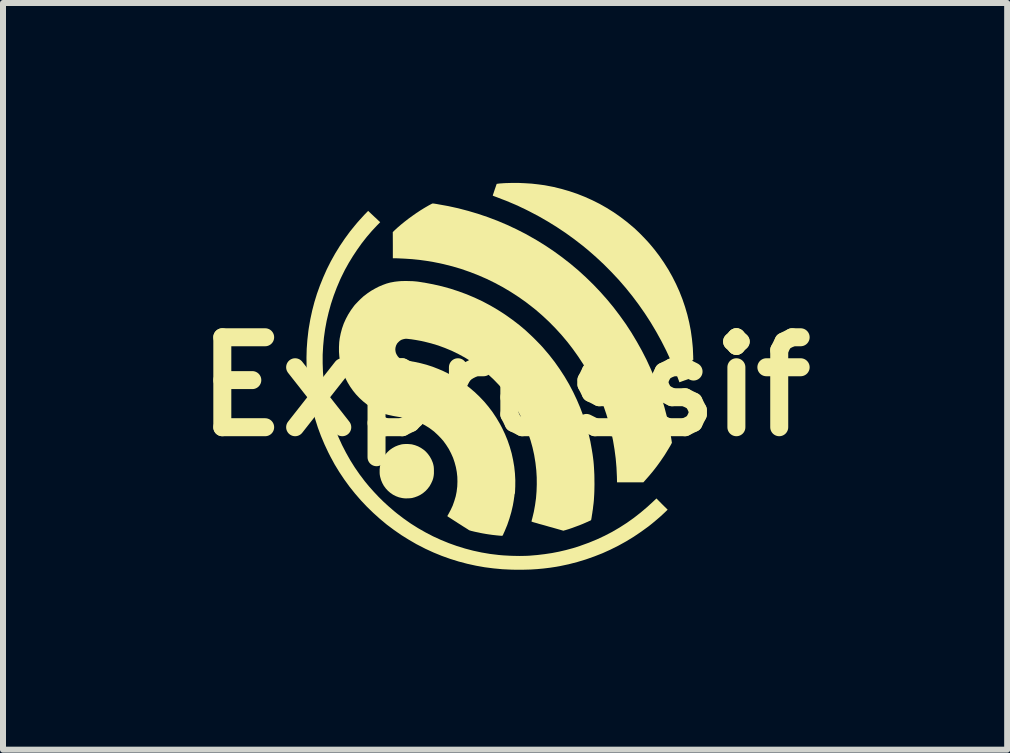
<source format=kicad_pcb>
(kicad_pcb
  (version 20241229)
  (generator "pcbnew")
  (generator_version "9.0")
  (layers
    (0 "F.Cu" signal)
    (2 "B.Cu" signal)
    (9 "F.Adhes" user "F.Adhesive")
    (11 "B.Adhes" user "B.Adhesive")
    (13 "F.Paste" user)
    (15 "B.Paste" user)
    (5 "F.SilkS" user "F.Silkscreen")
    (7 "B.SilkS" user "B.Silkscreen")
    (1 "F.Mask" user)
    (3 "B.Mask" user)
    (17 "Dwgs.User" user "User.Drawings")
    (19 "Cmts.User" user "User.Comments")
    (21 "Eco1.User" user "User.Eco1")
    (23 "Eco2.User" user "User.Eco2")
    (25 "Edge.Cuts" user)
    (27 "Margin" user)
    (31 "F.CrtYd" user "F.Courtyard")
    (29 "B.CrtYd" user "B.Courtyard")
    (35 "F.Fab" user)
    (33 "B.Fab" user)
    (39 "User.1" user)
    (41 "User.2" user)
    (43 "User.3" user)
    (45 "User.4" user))
  (footprint "Expressif"
    (layer "F.Cu")
    (at 5.371 3.395)
    (property "Reference" "Expressif" (at 0 0 0) (layer "F.SilkS") (effects (font (size 1.5 1.5) (thickness 0.3))))
    (attr board_only exclude_from_pos_files exclude_from_bom)
    (fp_poly (pts (xy -1.623 0.958) (xy -1.596 0.96) (xy -1.572 0.962) (xy -1.554 0.964) (xy -1.501 0.978) (xy -1.451 0.997) (xy -1.404 1.022) (xy -1.361 1.051) (xy -1.321 1.085) (xy -1.286 1.124) (xy -1.255 1.167) (xy -1.23 1.211) (xy -1.216 1.243) (xy -1.204 1.273) (xy -1.196 1.302) (xy -1.19 1.331) (xy -1.187 1.362) (xy -1.186 1.398) (xy -1.186 1.411) (xy -1.186 1.449) (xy -1.189 1.481) (xy -1.194 1.511) (xy -1.201 1.54) (xy -1.211 1.569) (xy -1.225 1.599) (xy -1.23 1.611) (xy -1.256 1.658) (xy -1.288 1.701) (xy -1.323 1.739) (xy -1.363 1.773) (xy -1.407 1.803) (xy -1.454 1.827) (xy -1.505 1.846) (xy -1.549 1.858) (xy -1.569 1.861) (xy -1.594 1.863) (xy -1.622 1.864) (xy -1.65 1.865) (xy -1.678 1.864) (xy -1.702 1.861) (xy -1.716 1.859) (xy -1.769 1.847) (xy -1.82 1.828) (xy -1.867 1.804) (xy -1.911 1.774) (xy -1.951 1.74) (xy -1.988 1.7) (xy -2.02 1.657) (xy -2.046 1.61) (xy -2.067 1.56) (xy -2.082 1.507) (xy -2.085 1.493) (xy -2.089 1.469) (xy -2.091 1.442) (xy -2.091 1.412) (xy -2.091 1.382) (xy -2.088 1.353) (xy -2.085 1.328) (xy -2.084 1.323) (xy -2.069 1.27) (xy -2.05 1.22) (xy -2.024 1.174) (xy -1.995 1.131) (xy -1.96 1.092) (xy -1.922 1.057) (xy -1.879 1.027) (xy -1.833 1.001) (xy -1.784 0.981) (xy -1.732 0.966) (xy -1.723 0.964) (xy -1.703 0.961) (xy -1.678 0.959) (xy -1.651 0.958)) (stroke (width 0) (type solid)) (fill yes) (layer "F.SilkS"))
    (fp_poly (pts (xy -1.2 -3.052) (xy -1.19 -3.051) (xy -1.175 -3.049) (xy -1.157 -3.046) (xy -1.136 -3.043) (xy -1.122 -3.04) (xy -0.949 -3.009) (xy -0.78 -2.972) (xy -0.613 -2.928) (xy -0.448 -2.879) (xy -0.286 -2.824) (xy -0.125 -2.763) (xy 0.033 -2.696) (xy 0.189 -2.623) (xy 0.344 -2.544) (xy 0.374 -2.527) (xy 0.524 -2.442) (xy 0.671 -2.351) (xy 0.814 -2.255) (xy 0.953 -2.154) (xy 1.089 -2.048) (xy 1.221 -1.937) (xy 1.348 -1.821) (xy 1.472 -1.7) (xy 1.591 -1.575) (xy 1.706 -1.445) (xy 1.809 -1.32) (xy 1.913 -1.183) (xy 2.013 -1.043) (xy 2.107 -0.899) (xy 2.195 -0.752) (xy 2.279 -0.602) (xy 2.357 -0.45) (xy 2.429 -0.294) (xy 2.495 -0.136) (xy 2.556 0.024) (xy 2.61 0.186) (xy 2.659 0.351) (xy 2.702 0.517) (xy 2.739 0.684) (xy 2.769 0.853) (xy 2.775 0.891) (xy 2.782 0.938) (xy 2.77 0.961) (xy 2.758 0.983) (xy 2.743 1.008) (xy 2.726 1.037) (xy 2.708 1.066) (xy 2.69 1.096) (xy 2.672 1.125) (xy 2.655 1.152) (xy 2.648 1.162) (xy 2.588 1.25) (xy 2.527 1.334) (xy 2.463 1.416) (xy 2.394 1.498) (xy 2.341 1.558) (xy 2.306 1.597) (xy 2.086 1.597) (xy 1.867 1.597) (xy 1.865 1.506) (xy 1.858 1.353) (xy 1.845 1.2) (xy 1.825 1.048) (xy 1.8 0.898) (xy 1.768 0.749) (xy 1.731 0.601) (xy 1.687 0.456) (xy 1.638 0.312) (xy 1.582 0.17) (xy 1.521 0.031) (xy 1.454 -0.106) (xy 1.382 -0.24) (xy 1.304 -0.372) (xy 1.22 -0.5) (xy 1.131 -0.625) (xy 1.041 -0.742) (xy 0.945 -0.856) (xy 0.844 -0.967) (xy 0.738 -1.075) (xy 0.628 -1.178) (xy 0.515 -1.276) (xy 0.469 -1.313) (xy 0.348 -1.407) (xy 0.223 -1.495) (xy 0.095 -1.578) (xy -0.036 -1.656) (xy -0.17 -1.728) (xy -0.307 -1.795) (xy -0.447 -1.856) (xy -0.589 -1.911) (xy -0.732 -1.961) (xy -0.878 -2.004) (xy -1.025 -2.041) (xy -1.083 -2.054) (xy -1.199 -2.077) (xy -1.314 -2.096) (xy -1.43 -2.112) (xy -1.548 -2.124) (xy -1.668 -2.132) (xy -1.793 -2.138) (xy -1.837 -2.139) (xy -1.871 -2.139) (xy -1.871 -2.357) (xy -1.872 -2.575) (xy -1.849 -2.598) (xy -1.795 -2.648) (xy -1.736 -2.699) (xy -1.673 -2.75) (xy -1.607 -2.801) (xy -1.538 -2.851) (xy -1.468 -2.9) (xy -1.462 -2.903) (xy -1.437 -2.92) (xy -1.41 -2.938) (xy -1.382 -2.955) (xy -1.355 -2.972) (xy -1.328 -2.988) (xy -1.302 -3.003) (xy -1.278 -3.017) (xy -1.256 -3.029) (xy -1.237 -3.039) (xy -1.222 -3.047) (xy -1.211 -3.051) (xy -1.205 -3.053)) (stroke (width 0) (type solid)) (fill yes) (layer "F.SilkS"))
    (fp_poly (pts (xy 0.225 -3.395) (xy 0.335 -3.39) (xy 0.445 -3.383) (xy 0.552 -3.371) (xy 0.656 -3.357) (xy 0.673 -3.354) (xy 0.808 -3.328) (xy 0.942 -3.295) (xy 1.073 -3.257) (xy 1.203 -3.213) (xy 1.329 -3.163) (xy 1.454 -3.107) (xy 1.576 -3.046) (xy 1.694 -2.979) (xy 1.811 -2.906) (xy 1.924 -2.827) (xy 2.034 -2.743) (xy 2.14 -2.654) (xy 2.152 -2.644) (xy 2.197 -2.602) (xy 2.245 -2.556) (xy 2.293 -2.507) (xy 2.342 -2.456) (xy 2.39 -2.404) (xy 2.435 -2.352) (xy 2.477 -2.301) (xy 2.488 -2.288) (xy 2.572 -2.178) (xy 2.65 -2.065) (xy 2.723 -1.949) (xy 2.79 -1.83) (xy 2.851 -1.709) (xy 2.907 -1.585) (xy 2.957 -1.458) (xy 3.001 -1.329) (xy 3.039 -1.199) (xy 3.071 -1.066) (xy 3.097 -0.932) (xy 3.116 -0.796) (xy 3.128 -0.677) (xy 3.129 -0.662) (xy 3.131 -0.643) (xy 3.132 -0.622) (xy 3.133 -0.598) (xy 3.134 -0.574) (xy 3.135 -0.549) (xy 3.136 -0.525) (xy 3.137 -0.503) (xy 3.137 -0.483) (xy 3.138 -0.466) (xy 3.138 -0.453) (xy 3.138 -0.445) (xy 3.137 -0.442) (xy 3.134 -0.443) (xy 3.13 -0.444) (xy 3.128 -0.446) (xy 3.126 -0.445) (xy 3.125 -0.442) (xy 3.124 -0.435) (xy 3.123 -0.423) (xy 3.122 -0.409) (xy 3.121 -0.394) (xy 3.12 -0.374) (xy 3.118 -0.351) (xy 3.116 -0.326) (xy 3.114 -0.302) (xy 3.114 -0.296) (xy 3.112 -0.272) (xy 3.11 -0.247) (xy 3.108 -0.223) (xy 3.106 -0.202) (xy 3.105 -0.185) (xy 3.105 -0.182) (xy 3.103 -0.141) (xy 3.036 -0.117) (xy 3.014 -0.109) (xy 2.992 -0.102) (xy 2.971 -0.094) (xy 2.953 -0.088) (xy 2.94 -0.083) (xy 2.938 -0.082) (xy 2.907 -0.071) (xy 2.895 -0.105) (xy 2.831 -0.273) (xy 2.762 -0.438) (xy 2.687 -0.6) (xy 2.606 -0.759) (xy 2.52 -0.915) (xy 2.429 -1.068) (xy 2.332 -1.218) (xy 2.23 -1.364) (xy 2.123 -1.507) (xy 2.011 -1.646) (xy 1.894 -1.781) (xy 1.772 -1.911) (xy 1.646 -2.038) (xy 1.515 -2.16) (xy 1.38 -2.278) (xy 1.296 -2.347) (xy 1.155 -2.456) (xy 1.011 -2.56) (xy 0.864 -2.658) (xy 0.714 -2.751) (xy 0.561 -2.839) (xy 0.403 -2.922) (xy 0.387 -2.93) (xy 0.331 -2.958) (xy 0.278 -2.983) (xy 0.226 -3.008) (xy 0.175 -3.031) (xy 0.123 -3.053) (xy 0.071 -3.075) (xy 0.016 -3.098) (xy -0.042 -3.12) (xy -0.104 -3.144) (xy -0.17 -3.169) (xy -0.191 -3.177) (xy -0.199 -3.18) (xy -0.204 -3.184) (xy -0.205 -3.186) (xy -0.204 -3.189) (xy -0.201 -3.198) (xy -0.197 -3.211) (xy -0.191 -3.227) (xy -0.185 -3.246) (xy -0.178 -3.267) (xy -0.171 -3.288) (xy -0.164 -3.308) (xy -0.157 -3.328) (xy -0.151 -3.346) (xy -0.146 -3.361) (xy -0.142 -3.371) (xy -0.14 -3.378) (xy -0.139 -3.379) (xy -0.135 -3.38) (xy -0.126 -3.381) (xy -0.112 -3.383) (xy -0.095 -3.385) (xy -0.075 -3.387) (xy -0.053 -3.388) (xy -0.031 -3.39) (xy -0.009 -3.391) (xy 0.006 -3.392) (xy 0.115 -3.395)) (stroke (width 0) (type solid)) (fill yes) (layer "F.SilkS"))
    (fp_poly (pts (xy -2.197 -2.848) (xy -2.177 -2.829) (xy -2.157 -2.811) (xy -2.139 -2.794) (xy -2.124 -2.78) (xy -2.111 -2.767) (xy -2.101 -2.758) (xy -2.096 -2.754) (xy -2.082 -2.74) (xy -2.135 -2.686) (xy -2.222 -2.593) (xy -2.306 -2.495) (xy -2.387 -2.392) (xy -2.464 -2.284) (xy -2.537 -2.174) (xy -2.606 -2.061) (xy -2.67 -1.946) (xy -2.728 -1.829) (xy -2.75 -1.782) (xy -2.807 -1.648) (xy -2.858 -1.513) (xy -2.903 -1.376) (xy -2.941 -1.238) (xy -2.974 -1.098) (xy -3 -0.958) (xy -3.02 -0.816) (xy -3.033 -0.674) (xy -3.041 -0.531) (xy -3.041 -0.387) (xy -3.036 -0.243) (xy -3.026 -0.112) (xy -3.008 0.03) (xy -2.985 0.17) (xy -2.955 0.309) (xy -2.919 0.447) (xy -2.877 0.583) (xy -2.83 0.716) (xy -2.776 0.848) (xy -2.717 0.977) (xy -2.652 1.103) (xy -2.582 1.227) (xy -2.507 1.347) (xy -2.426 1.464) (xy -2.34 1.578) (xy -2.265 1.669) (xy -2.188 1.755) (xy -2.108 1.84) (xy -2.024 1.923) (xy -1.937 2.002) (xy -1.85 2.077) (xy -1.801 2.117) (xy -1.687 2.204) (xy -1.57 2.286) (xy -1.449 2.362) (xy -1.326 2.432) (xy -1.199 2.498) (xy -1.07 2.557) (xy -0.938 2.611) (xy -0.804 2.659) (xy -0.668 2.701) (xy -0.531 2.737) (xy -0.391 2.767) (xy -0.25 2.791) (xy -0.109 2.808) (xy -0.078 2.811) (xy -0.03 2.815) (xy 0.023 2.818) (xy 0.078 2.821) (xy 0.134 2.823) (xy 0.19 2.824) (xy 0.246 2.825) (xy 0.299 2.824) (xy 0.348 2.823) (xy 0.393 2.821) (xy 0.411 2.82) (xy 0.539 2.809) (xy 0.663 2.794) (xy 0.783 2.776) (xy 0.901 2.753) (xy 1.016 2.726) (xy 1.131 2.695) (xy 1.246 2.659) (xy 1.261 2.653) (xy 1.397 2.604) (xy 1.53 2.549) (xy 1.659 2.489) (xy 1.786 2.423) (xy 1.909 2.351) (xy 2.029 2.274) (xy 2.146 2.191) (xy 2.26 2.102) (xy 2.371 2.008) (xy 2.469 1.918) (xy 2.524 1.866) (xy 2.617 1.96) (xy 2.711 2.053) (xy 2.673 2.09) (xy 2.625 2.135) (xy 2.573 2.182) (xy 2.518 2.229) (xy 2.463 2.275) (xy 2.407 2.32) (xy 2.389 2.334) (xy 2.269 2.421) (xy 2.146 2.504) (xy 2.02 2.581) (xy 1.89 2.653) (xy 1.758 2.719) (xy 1.623 2.78) (xy 1.485 2.834) (xy 1.346 2.883) (xy 1.204 2.926) (xy 1.061 2.963) (xy 0.915 2.994) (xy 0.854 3.005) (xy 0.749 3.021) (xy 0.642 3.034) (xy 0.535 3.044) (xy 0.426 3.051) (xy 0.313 3.054) (xy 0.197 3.055) (xy 0.107 3.053) (xy -0.043 3.046) (xy -0.192 3.032) (xy -0.34 3.013) (xy -0.486 2.987) (xy -0.631 2.955) (xy -0.775 2.917) (xy -0.916 2.873) (xy -1.056 2.823) (xy -1.193 2.767) (xy -1.328 2.705) (xy -1.46 2.637) (xy -1.476 2.629) (xy -1.605 2.554) (xy -1.732 2.475) (xy -1.854 2.39) (xy -1.973 2.301) (xy -2.087 2.206) (xy -2.197 2.107) (xy -2.303 2.004) (xy -2.405 1.896) (xy -2.502 1.784) (xy -2.594 1.669) (xy -2.681 1.549) (xy -2.764 1.425) (xy -2.841 1.299) (xy -2.912 1.168) (xy -2.947 1.099) (xy -3.011 0.963) (xy -3.069 0.825) (xy -3.121 0.685) (xy -3.166 0.543) (xy -3.206 0.4) (xy -3.239 0.256) (xy -3.266 0.111) (xy -3.286 -0.036) (xy -3.301 -0.183) (xy -3.309 -0.331) (xy -3.311 -0.48) (xy -3.307 -0.629) (xy -3.296 -0.778) (xy -3.279 -0.928) (xy -3.272 -0.976) (xy -3.247 -1.121) (xy -3.216 -1.265) (xy -3.179 -1.407) (xy -3.136 -1.547) (xy -3.086 -1.686) (xy -3.031 -1.822) (xy -2.971 -1.957) (xy -2.905 -2.088) (xy -2.833 -2.217) (xy -2.756 -2.342) (xy -2.673 -2.465) (xy -2.586 -2.584) (xy -2.499 -2.691) (xy -2.464 -2.733) (xy -2.425 -2.777) (xy -2.383 -2.823) (xy -2.341 -2.869) (xy -2.321 -2.889) (xy -2.283 -2.929)) (stroke (width 0) (type solid)) (fill yes) (layer "F.SilkS"))
    (fp_poly (pts (xy -1.614 -1.759) (xy -1.61 -1.759) (xy -1.58 -1.758) (xy -1.553 -1.758) (xy -1.528 -1.756) (xy -1.505 -1.754) (xy -1.481 -1.752) (xy -1.455 -1.749) (xy -1.427 -1.745) (xy -1.396 -1.74) (xy -1.359 -1.734) (xy -1.349 -1.733) (xy -1.201 -1.705) (xy -1.056 -1.672) (xy -0.914 -1.633) (xy -0.776 -1.588) (xy -0.64 -1.538) (xy -0.507 -1.482) (xy -0.377 -1.421) (xy -0.249 -1.353) (xy -0.124 -1.28) (xy -0.001 -1.201) (xy 0.119 -1.116) (xy 0.238 -1.025) (xy 0.263 -1.004) (xy 0.301 -0.972) (xy 0.342 -0.937) (xy 0.384 -0.898) (xy 0.428 -0.857) (xy 0.472 -0.815) (xy 0.515 -0.772) (xy 0.556 -0.73) (xy 0.595 -0.69) (xy 0.63 -0.652) (xy 0.64 -0.64) (xy 0.737 -0.526) (xy 0.828 -0.409) (xy 0.913 -0.288) (xy 0.993 -0.165) (xy 1.067 -0.039) (xy 1.135 0.09) (xy 1.197 0.221) (xy 1.254 0.355) (xy 1.305 0.491) (xy 1.35 0.63) (xy 1.389 0.771) (xy 1.422 0.914) (xy 1.448 1.059) (xy 1.449 1.066) (xy 1.459 1.127) (xy 1.467 1.185) (xy 1.474 1.242) (xy 1.479 1.297) (xy 1.483 1.354) (xy 1.486 1.412) (xy 1.489 1.474) (xy 1.49 1.54) (xy 1.49 1.563) (xy 1.491 1.627) (xy 1.49 1.686) (xy 1.489 1.74) (xy 1.487 1.793) (xy 1.484 1.843) (xy 1.481 1.894) (xy 1.476 1.946) (xy 1.469 2) (xy 1.467 2.019) (xy 1.465 2.038) (xy 1.462 2.059) (xy 1.458 2.082) (xy 1.455 2.107) (xy 1.451 2.131) (xy 1.447 2.155) (xy 1.444 2.177) (xy 1.441 2.195) (xy 1.438 2.211) (xy 1.436 2.221) (xy 1.435 2.225) (xy 1.431 2.229) (xy 1.424 2.234) (xy 1.415 2.238) (xy 1.406 2.242) (xy 1.392 2.248) (xy 1.376 2.256) (xy 1.358 2.263) (xy 1.35 2.267) (xy 1.297 2.29) (xy 1.24 2.313) (xy 1.18 2.335) (xy 1.121 2.357) (xy 1.062 2.377) (xy 1.007 2.394) (xy 0.991 2.398) (xy 0.973 2.404) (xy 0.812 2.358) (xy 0.777 2.348) (xy 0.739 2.338) (xy 0.701 2.327) (xy 0.663 2.316) (xy 0.627 2.306) (xy 0.594 2.297) (xy 0.564 2.289) (xy 0.546 2.283) (xy 0.514 2.274) (xy 0.488 2.267) (xy 0.468 2.261) (xy 0.454 2.256) (xy 0.445 2.252) (xy 0.441 2.25) (xy 0.44 2.249) (xy 0.441 2.245) (xy 0.444 2.235) (xy 0.447 2.222) (xy 0.451 2.206) (xy 0.454 2.197) (xy 0.48 2.088) (xy 0.5 1.977) (xy 0.516 1.863) (xy 0.525 1.748) (xy 0.529 1.631) (xy 0.528 1.514) (xy 0.521 1.397) (xy 0.508 1.281) (xy 0.505 1.259) (xy 0.485 1.137) (xy 0.458 1.016) (xy 0.425 0.897) (xy 0.386 0.781) (xy 0.341 0.666) (xy 0.291 0.554) (xy 0.234 0.445) (xy 0.172 0.338) (xy 0.104 0.234) (xy 0.052 0.161) (xy -0.024 0.064) (xy -0.105 -0.029) (xy -0.19 -0.117) (xy -0.279 -0.2) (xy -0.372 -0.279) (xy -0.469 -0.353) (xy -0.57 -0.422) (xy -0.673 -0.485) (xy -0.78 -0.543) (xy -0.889 -0.596) (xy -1.002 -0.643) (xy -1.116 -0.685) (xy -1.233 -0.72) (xy -1.352 -0.75) (xy -1.367 -0.753) (xy -1.398 -0.76) (xy -1.431 -0.766) (xy -1.464 -0.772) (xy -1.498 -0.778) (xy -1.531 -0.783) (xy -1.562 -0.788) (xy -1.591 -0.791) (xy -1.616 -0.794) (xy -1.637 -0.796) (xy -1.652 -0.797) (xy -1.652 -0.797) (xy -1.67 -0.795) (xy -1.69 -0.791) (xy -1.711 -0.785) (xy -1.73 -0.778) (xy -1.735 -0.775) (xy -1.751 -0.765) (xy -1.767 -0.752) (xy -1.783 -0.736) (xy -1.797 -0.721) (xy -1.802 -0.713) (xy -1.817 -0.684) (xy -1.826 -0.653) (xy -1.83 -0.622) (xy -1.827 -0.59) (xy -1.82 -0.559) (xy -1.806 -0.53) (xy -1.788 -0.502) (xy -1.775 -0.488) (xy -1.757 -0.472) (xy -1.74 -0.46) (xy -1.728 -0.454) (xy -1.717 -0.449) (xy -1.707 -0.445) (xy -1.697 -0.441) (xy -1.685 -0.438) (xy -1.671 -0.436) (xy -1.654 -0.433) (xy -1.632 -0.43) (xy -1.621 -0.429) (xy -1.518 -0.413) (xy -1.415 -0.391) (xy -1.312 -0.364) (xy -1.21 -0.331) (xy -1.11 -0.292) (xy -1.031 -0.258) (xy -0.961 -0.224) (xy -0.894 -0.188) (xy -0.827 -0.148) (xy -0.761 -0.105) (xy -0.694 -0.058) (xy -0.625 -0.006) (xy -0.595 0.017) (xy -0.509 0.09) (xy -0.427 0.168) (xy -0.349 0.25) (xy -0.276 0.337) (xy -0.208 0.427) (xy -0.145 0.522) (xy -0.087 0.62) (xy -0.05 0.69) (xy -0.001 0.793) (xy 0.042 0.898) (xy 0.079 1.006) (xy 0.11 1.114) (xy 0.134 1.225) (xy 0.153 1.336) (xy 0.165 1.448) (xy 0.171 1.561) (xy 0.17 1.674) (xy 0.169 1.688) (xy 0.168 1.718) (xy 0.167 1.743) (xy 0.166 1.762) (xy 0.165 1.776) (xy 0.163 1.786) (xy 0.162 1.792) (xy 0.16 1.795) (xy 0.16 1.795) (xy 0.158 1.798) (xy 0.157 1.805) (xy 0.157 1.806) (xy 0.156 1.815) (xy 0.155 1.829) (xy 0.152 1.847) (xy 0.149 1.868) (xy 0.146 1.891) (xy 0.142 1.915) (xy 0.138 1.938) (xy 0.134 1.96) (xy 0.131 1.979) (xy 0.105 2.091) (xy 0.073 2.201) (xy 0.036 2.309) (xy -0.008 2.415) (xy -0.026 2.454) (xy -0.032 2.469) (xy -0.037 2.479) (xy -0.042 2.485) (xy -0.047 2.488) (xy -0.055 2.489) (xy -0.066 2.488) (xy -0.08 2.487) (xy -0.094 2.486) (xy -0.113 2.484) (xy -0.136 2.482) (xy -0.162 2.479) (xy -0.189 2.476) (xy -0.216 2.473) (xy -0.242 2.469) (xy -0.266 2.466) (xy -0.286 2.463) (xy -0.292 2.462) (xy -0.318 2.458) (xy -0.346 2.453) (xy -0.375 2.448) (xy -0.406 2.442) (xy -0.437 2.435) (xy -0.467 2.429) (xy -0.496 2.423) (xy -0.522 2.417) (xy -0.546 2.411) (xy -0.567 2.406) (xy -0.582 2.401) (xy -0.593 2.398) (xy -0.597 2.396) (xy -0.6 2.394) (xy -0.609 2.389) (xy -0.622 2.38) (xy -0.638 2.37) (xy -0.658 2.357) (xy -0.681 2.343) (xy -0.705 2.328) (xy -0.731 2.311) (xy -0.758 2.294) (xy -0.785 2.277) (xy -0.812 2.259) (xy -0.839 2.242) (xy -0.864 2.226) (xy -0.887 2.211) (xy -0.909 2.197) (xy -0.927 2.185) (xy -0.942 2.176) (xy -0.953 2.168) (xy -0.96 2.164) (xy -0.961 2.163) (xy -0.961 2.159) (xy -0.958 2.151) (xy -0.952 2.14) (xy -0.945 2.129) (xy -0.907 2.058) (xy -0.873 1.985) (xy -0.846 1.908) (xy -0.823 1.831) (xy -0.807 1.752) (xy -0.807 1.749) (xy -0.797 1.667) (xy -0.794 1.585) (xy -0.796 1.504) (xy -0.805 1.423) (xy -0.82 1.343) (xy -0.841 1.265) (xy -0.867 1.188) (xy -0.9 1.114) (xy -0.938 1.041) (xy -0.982 0.972) (xy -1.029 0.907) (xy -1.045 0.889) (xy -1.064 0.867) (xy -1.087 0.843) (xy -1.11 0.819) (xy -1.134 0.796) (xy -1.158 0.774) (xy -1.179 0.754) (xy -1.198 0.739) (xy -1.198 0.739) (xy -1.265 0.689) (xy -1.335 0.646) (xy -1.408 0.608) (xy -1.483 0.575) (xy -1.56 0.549) (xy -1.632 0.53) (xy -1.649 0.527) (xy -1.669 0.523) (xy -1.692 0.519) (xy -1.714 0.515) (xy -1.725 0.514) (xy -1.776 0.506) (xy -1.824 0.498) (xy -1.868 0.49) (xy -1.909 0.481) (xy -1.946 0.473) (xy -1.977 0.465) (xy -2.003 0.457) (xy -2.008 0.455) (xy -2.086 0.424) (xy -2.161 0.388) (xy -2.233 0.346) (xy -2.302 0.299) (xy -2.366 0.248) (xy -2.427 0.192) (xy -2.484 0.132) (xy -2.536 0.068) (xy -2.583 0.001) (xy -2.626 -0.07) (xy -2.664 -0.144) (xy -2.696 -0.22) (xy -2.723 -0.299) (xy -2.744 -0.38) (xy -2.752 -0.421) (xy -2.763 -0.5) (xy -2.769 -0.58) (xy -2.769 -0.66) (xy -2.765 -0.74) (xy -2.757 -0.803) (xy -2.74 -0.887) (xy -2.718 -0.969) (xy -2.69 -1.049) (xy -2.655 -1.127) (xy -2.615 -1.202) (xy -2.569 -1.275) (xy -2.516 -1.347) (xy -2.516 -1.347) (xy -2.503 -1.363) (xy -2.486 -1.381) (xy -2.466 -1.402) (xy -2.445 -1.424) (xy -2.423 -1.446) (xy -2.401 -1.467) (xy -2.38 -1.486) (xy -2.362 -1.503) (xy -2.35 -1.512) (xy -2.291 -1.557) (xy -2.23 -1.598) (xy -2.167 -1.634) (xy -2.103 -1.667) (xy -2.039 -1.694) (xy -1.976 -1.717) (xy -1.914 -1.734) (xy -1.854 -1.745) (xy -1.852 -1.746) (xy -1.812 -1.751) (xy -1.774 -1.755) (xy -1.737 -1.758) (xy -1.7 -1.759) (xy -1.659 -1.76)) (stroke (width 0) (type solid)) (fill yes) (layer "F.SilkS")))
  (gr_rect
    (start -3 -3)
    (end 13.743 9.45)
    (stroke (width 0.1) (type default))
    (fill no)
    (layer "Edge.Cuts")))
</source>
